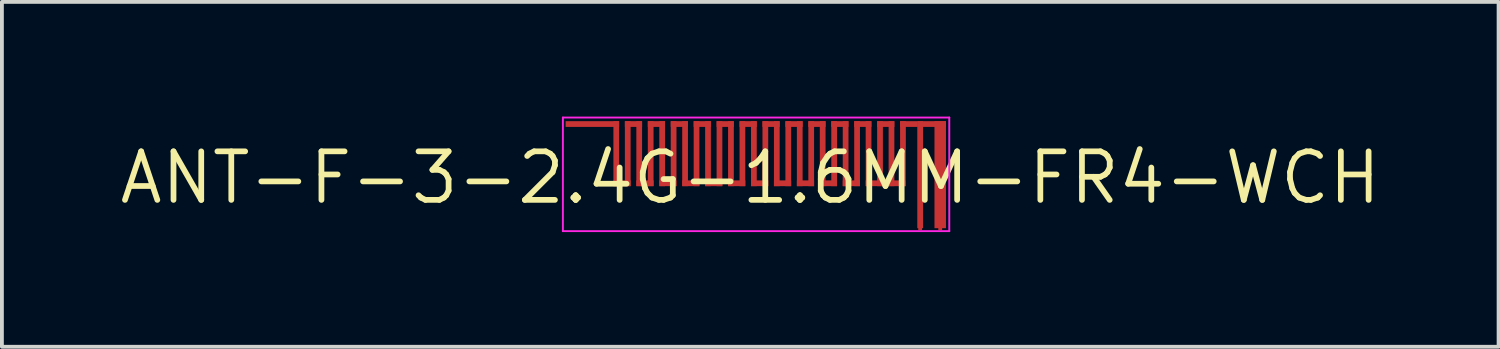
<source format=kicad_pcb>
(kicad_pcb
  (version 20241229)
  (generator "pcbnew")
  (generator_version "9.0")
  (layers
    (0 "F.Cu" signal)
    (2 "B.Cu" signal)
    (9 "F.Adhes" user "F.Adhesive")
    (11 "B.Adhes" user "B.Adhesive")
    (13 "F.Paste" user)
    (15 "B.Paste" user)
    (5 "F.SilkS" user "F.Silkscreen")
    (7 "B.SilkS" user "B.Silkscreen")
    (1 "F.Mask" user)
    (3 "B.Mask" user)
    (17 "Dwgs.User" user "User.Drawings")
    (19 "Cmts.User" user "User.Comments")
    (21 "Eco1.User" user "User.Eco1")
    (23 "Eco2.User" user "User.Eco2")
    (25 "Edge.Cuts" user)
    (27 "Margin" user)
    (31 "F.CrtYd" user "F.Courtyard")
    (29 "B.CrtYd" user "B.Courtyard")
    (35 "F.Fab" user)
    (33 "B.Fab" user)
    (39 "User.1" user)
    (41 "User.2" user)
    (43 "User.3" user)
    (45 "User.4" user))
  (footprint "ANT-F-3-2.4G-1.6MM-FR4-WCH"
    (layer "F.Cu")
    (at 16.578 1.6)
    (property "Reference" "ANT-F-3-2.4G-1.6MM-FR4-WCH" (at 0 0 0) (layer "F.SilkS") (effects (font (size 1.27 1.27) (thickness 0.15))))
    (attr exclude_from_pos_files exclude_from_bom)
    (fp_poly (pts (xy -3.43 -1.33) (xy -4.83 -1.33) (xy -4.83 -1.48) (xy -3.43 -1.48)) (stroke (width 0) (type solid)) (fill yes) (layer "F.Cu"))
    (fp_poly (pts (xy -3.43 0.22) (xy -3.58 0.22) (xy -3.58 -1.48) (xy -3.43 -1.48)) (stroke (width 0) (type solid)) (fill yes) (layer "F.Cu"))
    (fp_poly (pts (xy -3.13 0.22) (xy -3.58 0.22) (xy -3.58 0.07) (xy -3.13 0.07)) (stroke (width 0) (type solid)) (fill yes) (layer "F.Cu"))
    (fp_poly (pts (xy -3.13 0.22) (xy -3.28 0.22) (xy -3.28 -1.48) (xy -3.13 -1.48)) (stroke (width 0) (type solid)) (fill yes) (layer "F.Cu"))
    (fp_poly (pts (xy -2.83 -1.33) (xy -3.28 -1.33) (xy -3.28 -1.48) (xy -2.83 -1.48)) (stroke (width 0) (type solid)) (fill yes) (layer "F.Cu"))
    (fp_poly (pts (xy -2.83 0.22) (xy -2.98 0.22) (xy -2.98 -1.48) (xy -2.83 -1.48)) (stroke (width 0) (type solid)) (fill yes) (layer "F.Cu"))
    (fp_poly (pts (xy -2.53 0.22) (xy -2.98 0.22) (xy -2.98 0.07) (xy -2.53 0.07)) (stroke (width 0) (type solid)) (fill yes) (layer "F.Cu"))
    (fp_poly (pts (xy -2.53 0.22) (xy -2.68 0.22) (xy -2.68 -1.48) (xy -2.53 -1.48)) (stroke (width 0) (type solid)) (fill yes) (layer "F.Cu"))
    (fp_poly (pts (xy -2.23 -1.33) (xy -2.68 -1.33) (xy -2.68 -1.48) (xy -2.23 -1.48)) (stroke (width 0) (type solid)) (fill yes) (layer "F.Cu"))
    (fp_poly (pts (xy -2.23 0.22) (xy -2.38 0.22) (xy -2.38 -1.48) (xy -2.23 -1.48)) (stroke (width 0) (type solid)) (fill yes) (layer "F.Cu"))
    (fp_poly (pts (xy -1.93 0.22) (xy -2.38 0.22) (xy -2.38 0.07) (xy -1.93 0.07)) (stroke (width 0) (type solid)) (fill yes) (layer "F.Cu"))
    (fp_poly (pts (xy -1.93 0.22) (xy -2.08 0.22) (xy -2.08 -1.48) (xy -1.93 -1.48)) (stroke (width 0) (type solid)) (fill yes) (layer "F.Cu"))
    (fp_poly (pts (xy -1.63 -1.33) (xy -2.08 -1.33) (xy -2.08 -1.48) (xy -1.63 -1.48)) (stroke (width 0) (type solid)) (fill yes) (layer "F.Cu"))
    (fp_poly (pts (xy -1.63 0.22) (xy -1.78 0.22) (xy -1.78 -1.48) (xy -1.63 -1.48)) (stroke (width 0) (type solid)) (fill yes) (layer "F.Cu"))
    (fp_poly (pts (xy -1.33 0.22) (xy -1.78 0.22) (xy -1.78 0.07) (xy -1.33 0.07)) (stroke (width 0) (type solid)) (fill yes) (layer "F.Cu"))
    (fp_poly (pts (xy -1.33 0.22) (xy -1.48 0.22) (xy -1.48 -1.48) (xy -1.33 -1.48)) (stroke (width 0) (type solid)) (fill yes) (layer "F.Cu"))
    (fp_poly (pts (xy -1.03 -1.33) (xy -1.48 -1.33) (xy -1.48 -1.48) (xy -1.03 -1.48)) (stroke (width 0) (type solid)) (fill yes) (layer "F.Cu"))
    (fp_poly (pts (xy -1.03 0.22) (xy -1.18 0.22) (xy -1.18 -1.48) (xy -1.03 -1.48)) (stroke (width 0) (type solid)) (fill yes) (layer "F.Cu"))
    (fp_poly (pts (xy -0.73 0.22) (xy -1.18 0.22) (xy -1.18 0.07) (xy -0.73 0.07)) (stroke (width 0) (type solid)) (fill yes) (layer "F.Cu"))
    (fp_poly (pts (xy -0.73 0.22) (xy -0.88 0.22) (xy -0.88 -1.48) (xy -0.73 -1.48)) (stroke (width 0) (type solid)) (fill yes) (layer "F.Cu"))
    (fp_poly (pts (xy -0.43 -1.33) (xy -0.88 -1.33) (xy -0.88 -1.48) (xy -0.43 -1.48)) (stroke (width 0) (type solid)) (fill yes) (layer "F.Cu"))
    (fp_poly (pts (xy -0.43 0.22) (xy -0.58 0.22) (xy -0.58 -1.48) (xy -0.43 -1.48)) (stroke (width 0) (type solid)) (fill yes) (layer "F.Cu"))
    (fp_poly (pts (xy -0.13 0.22) (xy -0.58 0.22) (xy -0.58 0.07) (xy -0.13 0.07)) (stroke (width 0) (type solid)) (fill yes) (layer "F.Cu"))
    (fp_poly (pts (xy -0.13 0.22) (xy -0.28 0.22) (xy -0.28 -1.48) (xy -0.13 -1.48)) (stroke (width 0) (type solid)) (fill yes) (layer "F.Cu"))
    (fp_poly (pts (xy 0.17 -1.33) (xy -0.28 -1.33) (xy -0.28 -1.48) (xy 0.17 -1.48)) (stroke (width 0) (type solid)) (fill yes) (layer "F.Cu"))
    (fp_poly (pts (xy 0.17 0.22) (xy 0.02 0.22) (xy 0.02 -1.48) (xy 0.17 -1.48)) (stroke (width 0) (type solid)) (fill yes) (layer "F.Cu"))
    (fp_poly (pts (xy 0.47 0.22) (xy 0.02 0.22) (xy 0.02 0.07) (xy 0.47 0.07)) (stroke (width 0) (type solid)) (fill yes) (layer "F.Cu"))
    (fp_poly (pts (xy 0.47 0.22) (xy 0.32 0.22) (xy 0.32 -1.48) (xy 0.47 -1.48)) (stroke (width 0) (type solid)) (fill yes) (layer "F.Cu"))
    (fp_poly (pts (xy 0.77 -1.33) (xy 0.32 -1.33) (xy 0.32 -1.48) (xy 0.77 -1.48)) (stroke (width 0) (type solid)) (fill yes) (layer "F.Cu"))
    (fp_poly (pts (xy 0.77 0.22) (xy 0.62 0.22) (xy 0.62 -1.48) (xy 0.77 -1.48)) (stroke (width 0) (type solid)) (fill yes) (layer "F.Cu"))
    (fp_poly (pts (xy 1.07 0.22) (xy 0.62 0.22) (xy 0.62 0.07) (xy 1.07 0.07)) (stroke (width 0) (type solid)) (fill yes) (layer "F.Cu"))
    (fp_poly (pts (xy 1.07 0.22) (xy 0.92 0.22) (xy 0.92 -1.48) (xy 1.07 -1.48)) (stroke (width 0) (type solid)) (fill yes) (layer "F.Cu"))
    (fp_poly (pts (xy 1.37 -1.33) (xy 0.92 -1.33) (xy 0.92 -1.48) (xy 1.37 -1.48)) (stroke (width 0) (type solid)) (fill yes) (layer "F.Cu"))
    (fp_poly (pts (xy 1.37 0.22) (xy 1.22 0.22) (xy 1.22 -1.48) (xy 1.37 -1.48)) (stroke (width 0) (type solid)) (fill yes) (layer "F.Cu"))
    (fp_poly (pts (xy 1.67 0.22) (xy 1.22 0.22) (xy 1.22 0.07) (xy 1.67 0.07)) (stroke (width 0) (type solid)) (fill yes) (layer "F.Cu"))
    (fp_poly (pts (xy 1.67 0.22) (xy 1.52 0.22) (xy 1.52 -1.48) (xy 1.67 -1.48)) (stroke (width 0) (type solid)) (fill yes) (layer "F.Cu"))
    (fp_poly (pts (xy 1.97 -1.33) (xy 1.52 -1.33) (xy 1.52 -1.48) (xy 1.97 -1.48)) (stroke (width 0) (type solid)) (fill yes) (layer "F.Cu"))
    (fp_poly (pts (xy 1.97 0.22) (xy 1.82 0.22) (xy 1.82 -1.48) (xy 1.97 -1.48)) (stroke (width 0) (type solid)) (fill yes) (layer "F.Cu"))
    (fp_poly (pts (xy 2.27 0.22) (xy 1.82 0.22) (xy 1.82 0.07) (xy 2.27 0.07)) (stroke (width 0) (type solid)) (fill yes) (layer "F.Cu"))
    (fp_poly (pts (xy 2.27 0.22) (xy 2.12 0.22) (xy 2.12 -1.48) (xy 2.27 -1.48)) (stroke (width 0) (type solid)) (fill yes) (layer "F.Cu"))
    (fp_poly (pts (xy 2.57 -1.33) (xy 2.12 -1.33) (xy 2.12 -1.48) (xy 2.57 -1.48)) (stroke (width 0) (type solid)) (fill yes) (layer "F.Cu"))
    (fp_poly (pts (xy 2.57 0.22) (xy 2.42 0.22) (xy 2.42 -1.48) (xy 2.57 -1.48)) (stroke (width 0) (type solid)) (fill yes) (layer "F.Cu"))
    (fp_poly (pts (xy 2.87 0.22) (xy 2.42 0.22) (xy 2.42 0.07) (xy 2.87 0.07)) (stroke (width 0) (type solid)) (fill yes) (layer "F.Cu"))
    (fp_poly (pts (xy 2.87 0.22) (xy 2.72 0.22) (xy 2.72 -1.48) (xy 2.87 -1.48)) (stroke (width 0) (type solid)) (fill yes) (layer "F.Cu"))
    (fp_poly (pts (xy 3.17 -1.33) (xy 2.72 -1.33) (xy 2.72 -1.48) (xy 3.17 -1.48)) (stroke (width 0) (type solid)) (fill yes) (layer "F.Cu"))
    (fp_poly (pts (xy 3.17 0.22) (xy 3.02 0.22) (xy 3.02 -1.48) (xy 3.17 -1.48)) (stroke (width 0) (type solid)) (fill yes) (layer "F.Cu"))
    (fp_poly (pts (xy 3.47 0.22) (xy 3.02 0.22) (xy 3.02 0.07) (xy 3.47 0.07)) (stroke (width 0) (type solid)) (fill yes) (layer "F.Cu"))
    (fp_poly (pts (xy 3.47 0.22) (xy 3.32 0.22) (xy 3.32 -1.48) (xy 3.47 -1.48)) (stroke (width 0) (type solid)) (fill yes) (layer "F.Cu"))
    (fp_poly (pts (xy 3.77 -1.33) (xy 3.32 -1.33) (xy 3.32 -1.48) (xy 3.77 -1.48)) (stroke (width 0) (type solid)) (fill yes) (layer "F.Cu"))
    (fp_poly (pts (xy 3.77 0.22) (xy 3.62 0.22) (xy 3.62 -1.48) (xy 3.77 -1.48)) (stroke (width 0) (type solid)) (fill yes) (layer "F.Cu"))
    (fp_poly (pts (xy 4.07 0.22) (xy 3.62 0.22) (xy 3.62 0.07) (xy 4.07 0.07)) (stroke (width 0) (type solid)) (fill yes) (layer "F.Cu"))
    (fp_poly (pts (xy 4.07 0.22) (xy 3.92 0.22) (xy 3.92 -1.48) (xy 4.07 -1.48)) (stroke (width 0) (type solid)) (fill yes) (layer "F.Cu"))
    (fp_poly (pts (xy 4.37 -1.33) (xy 4.37 -1.48) (xy 5.12 -1.48) (xy 5.12 -1.33)) (stroke (width 0) (type solid)) (fill yes) (layer "F.Cu"))
    (fp_poly (pts (xy 4.37 -1.33) (xy 3.92 -1.33) (xy 3.92 -1.48) (xy 4.37 -1.48)) (stroke (width 0) (type solid)) (fill yes) (layer "F.Cu"))
    (fp_poly (pts (xy 4.52 1.32) (xy 4.37 1.32) (xy 4.37 -1.48) (xy 4.52 -1.48)) (stroke (width 0) (type solid)) (fill yes) (layer "F.Cu"))
    (fp_poly (pts (xy 5.12 1.32) (xy 4.82 1.32) (xy 4.82 -1.48) (xy 5.12 -1.48)) (stroke (width 0) (type solid)) (fill yes) (layer "F.Cu"))
    (fp_poly (pts (xy -3.43 -1.33) (xy -4.83 -1.33) (xy -4.83 -1.48) (xy -3.43 -1.48)) (stroke (width 0) (type solid)) (fill yes) (layer "F.Mask"))
    (fp_poly (pts (xy -3.43 0.22) (xy -3.58 0.22) (xy -3.58 -1.48) (xy -3.43 -1.48)) (stroke (width 0) (type solid)) (fill yes) (layer "F.Mask"))
    (fp_poly (pts (xy -3.13 0.22) (xy -3.58 0.22) (xy -3.58 0.07) (xy -3.13 0.07)) (stroke (width 0) (type solid)) (fill yes) (layer "F.Mask"))
    (fp_poly (pts (xy -3.13 0.22) (xy -3.28 0.22) (xy -3.28 -1.48) (xy -3.13 -1.48)) (stroke (width 0) (type solid)) (fill yes) (layer "F.Mask"))
    (fp_poly (pts (xy -2.83 -1.33) (xy -3.28 -1.33) (xy -3.28 -1.48) (xy -2.83 -1.48)) (stroke (width 0) (type solid)) (fill yes) (layer "F.Mask"))
    (fp_poly (pts (xy -2.83 0.22) (xy -2.98 0.22) (xy -2.98 -1.48) (xy -2.83 -1.48)) (stroke (width 0) (type solid)) (fill yes) (layer "F.Mask"))
    (fp_poly (pts (xy -2.53 0.22) (xy -2.98 0.22) (xy -2.98 0.07) (xy -2.53 0.07)) (stroke (width 0) (type solid)) (fill yes) (layer "F.Mask"))
    (fp_poly (pts (xy -2.53 0.22) (xy -2.68 0.22) (xy -2.68 -1.48) (xy -2.53 -1.48)) (stroke (width 0) (type solid)) (fill yes) (layer "F.Mask"))
    (fp_poly (pts (xy -2.23 -1.33) (xy -2.68 -1.33) (xy -2.68 -1.48) (xy -2.23 -1.48)) (stroke (width 0) (type solid)) (fill yes) (layer "F.Mask"))
    (fp_poly (pts (xy -2.23 0.22) (xy -2.38 0.22) (xy -2.38 -1.48) (xy -2.23 -1.48)) (stroke (width 0) (type solid)) (fill yes) (layer "F.Mask"))
    (fp_poly (pts (xy -1.93 0.22) (xy -2.38 0.22) (xy -2.38 0.07) (xy -1.93 0.07)) (stroke (width 0) (type solid)) (fill yes) (layer "F.Mask"))
    (fp_poly (pts (xy -1.93 0.22) (xy -2.08 0.22) (xy -2.08 -1.48) (xy -1.93 -1.48)) (stroke (width 0) (type solid)) (fill yes) (layer "F.Mask"))
    (fp_poly (pts (xy -1.63 -1.33) (xy -2.08 -1.33) (xy -2.08 -1.48) (xy -1.63 -1.48)) (stroke (width 0) (type solid)) (fill yes) (layer "F.Mask"))
    (fp_poly (pts (xy -1.63 0.22) (xy -1.78 0.22) (xy -1.78 -1.48) (xy -1.63 -1.48)) (stroke (width 0) (type solid)) (fill yes) (layer "F.Mask"))
    (fp_poly (pts (xy -1.33 0.22) (xy -1.78 0.22) (xy -1.78 0.07) (xy -1.33 0.07)) (stroke (width 0) (type solid)) (fill yes) (layer "F.Mask"))
    (fp_poly (pts (xy -1.33 0.22) (xy -1.48 0.22) (xy -1.48 -1.48) (xy -1.33 -1.48)) (stroke (width 0) (type solid)) (fill yes) (layer "F.Mask"))
    (fp_poly (pts (xy -1.03 -1.33) (xy -1.48 -1.33) (xy -1.48 -1.48) (xy -1.03 -1.48)) (stroke (width 0) (type solid)) (fill yes) (layer "F.Mask"))
    (fp_poly (pts (xy -1.03 0.22) (xy -1.18 0.22) (xy -1.18 -1.48) (xy -1.03 -1.48)) (stroke (width 0) (type solid)) (fill yes) (layer "F.Mask"))
    (fp_poly (pts (xy -0.73 0.22) (xy -1.18 0.22) (xy -1.18 0.07) (xy -0.73 0.07)) (stroke (width 0) (type solid)) (fill yes) (layer "F.Mask"))
    (fp_poly (pts (xy -0.73 0.22) (xy -0.88 0.22) (xy -0.88 -1.48) (xy -0.73 -1.48)) (stroke (width 0) (type solid)) (fill yes) (layer "F.Mask"))
    (fp_poly (pts (xy -0.43 -1.33) (xy -0.88 -1.33) (xy -0.88 -1.48) (xy -0.43 -1.48)) (stroke (width 0) (type solid)) (fill yes) (layer "F.Mask"))
    (fp_poly (pts (xy -0.43 0.22) (xy -0.58 0.22) (xy -0.58 -1.48) (xy -0.43 -1.48)) (stroke (width 0) (type solid)) (fill yes) (layer "F.Mask"))
    (fp_poly (pts (xy -0.13 0.22) (xy -0.58 0.22) (xy -0.58 0.07) (xy -0.13 0.07)) (stroke (width 0) (type solid)) (fill yes) (layer "F.Mask"))
    (fp_poly (pts (xy -0.13 0.22) (xy -0.28 0.22) (xy -0.28 -1.48) (xy -0.13 -1.48)) (stroke (width 0) (type solid)) (fill yes) (layer "F.Mask"))
    (fp_poly (pts (xy 0.17 -1.33) (xy -0.28 -1.33) (xy -0.28 -1.48) (xy 0.17 -1.48)) (stroke (width 0) (type solid)) (fill yes) (layer "F.Mask"))
    (fp_poly (pts (xy 0.17 0.22) (xy 0.02 0.22) (xy 0.02 -1.48) (xy 0.17 -1.48)) (stroke (width 0) (type solid)) (fill yes) (layer "F.Mask"))
    (fp_poly (pts (xy 0.47 0.22) (xy 0.02 0.22) (xy 0.02 0.07) (xy 0.47 0.07)) (stroke (width 0) (type solid)) (fill yes) (layer "F.Mask"))
    (fp_poly (pts (xy 0.47 0.22) (xy 0.32 0.22) (xy 0.32 -1.48) (xy 0.47 -1.48)) (stroke (width 0) (type solid)) (fill yes) (layer "F.Mask"))
    (fp_poly (pts (xy 0.77 -1.33) (xy 0.32 -1.33) (xy 0.32 -1.48) (xy 0.77 -1.48)) (stroke (width 0) (type solid)) (fill yes) (layer "F.Mask"))
    (fp_poly (pts (xy 0.77 0.22) (xy 0.62 0.22) (xy 0.62 -1.48) (xy 0.77 -1.48)) (stroke (width 0) (type solid)) (fill yes) (layer "F.Mask"))
    (fp_poly (pts (xy 1.07 0.22) (xy 0.62 0.22) (xy 0.62 0.07) (xy 1.07 0.07)) (stroke (width 0) (type solid)) (fill yes) (layer "F.Mask"))
    (fp_poly (pts (xy 1.07 0.22) (xy 0.92 0.22) (xy 0.92 -1.48) (xy 1.07 -1.48)) (stroke (width 0) (type solid)) (fill yes) (layer "F.Mask"))
    (fp_poly (pts (xy 1.37 -1.33) (xy 0.92 -1.33) (xy 0.92 -1.48) (xy 1.37 -1.48)) (stroke (width 0) (type solid)) (fill yes) (layer "F.Mask"))
    (fp_poly (pts (xy 1.37 0.22) (xy 1.22 0.22) (xy 1.22 -1.48) (xy 1.37 -1.48)) (stroke (width 0) (type solid)) (fill yes) (layer "F.Mask"))
    (fp_poly (pts (xy 1.67 0.22) (xy 1.22 0.22) (xy 1.22 0.07) (xy 1.67 0.07)) (stroke (width 0) (type solid)) (fill yes) (layer "F.Mask"))
    (fp_poly (pts (xy 1.67 0.22) (xy 1.52 0.22) (xy 1.52 -1.48) (xy 1.67 -1.48)) (stroke (width 0) (type solid)) (fill yes) (layer "F.Mask"))
    (fp_poly (pts (xy 1.97 -1.33) (xy 1.52 -1.33) (xy 1.52 -1.48) (xy 1.97 -1.48)) (stroke (width 0) (type solid)) (fill yes) (layer "F.Mask"))
    (fp_poly (pts (xy 1.97 0.22) (xy 1.82 0.22) (xy 1.82 -1.48) (xy 1.97 -1.48)) (stroke (width 0) (type solid)) (fill yes) (layer "F.Mask"))
    (fp_poly (pts (xy 2.27 0.22) (xy 1.82 0.22) (xy 1.82 0.07) (xy 2.27 0.07)) (stroke (width 0) (type solid)) (fill yes) (layer "F.Mask"))
    (fp_poly (pts (xy 2.27 0.22) (xy 2.12 0.22) (xy 2.12 -1.48) (xy 2.27 -1.48)) (stroke (width 0) (type solid)) (fill yes) (layer "F.Mask"))
    (fp_poly (pts (xy 2.57 -1.33) (xy 2.12 -1.33) (xy 2.12 -1.48) (xy 2.57 -1.48)) (stroke (width 0) (type solid)) (fill yes) (layer "F.Mask"))
    (fp_poly (pts (xy 2.57 0.22) (xy 2.42 0.22) (xy 2.42 -1.48) (xy 2.57 -1.48)) (stroke (width 0) (type solid)) (fill yes) (layer "F.Mask"))
    (fp_poly (pts (xy 2.87 0.22) (xy 2.42 0.22) (xy 2.42 0.07) (xy 2.87 0.07)) (stroke (width 0) (type solid)) (fill yes) (layer "F.Mask"))
    (fp_poly (pts (xy 2.87 0.22) (xy 2.72 0.22) (xy 2.72 -1.48) (xy 2.87 -1.48)) (stroke (width 0) (type solid)) (fill yes) (layer "F.Mask"))
    (fp_poly (pts (xy 3.17 -1.33) (xy 2.72 -1.33) (xy 2.72 -1.48) (xy 3.17 -1.48)) (stroke (width 0) (type solid)) (fill yes) (layer "F.Mask"))
    (fp_poly (pts (xy 3.17 0.22) (xy 3.02 0.22) (xy 3.02 -1.48) (xy 3.17 -1.48)) (stroke (width 0) (type solid)) (fill yes) (layer "F.Mask"))
    (fp_poly (pts (xy 3.47 0.22) (xy 3.02 0.22) (xy 3.02 0.07) (xy 3.47 0.07)) (stroke (width 0) (type solid)) (fill yes) (layer "F.Mask"))
    (fp_poly (pts (xy 3.47 0.22) (xy 3.32 0.22) (xy 3.32 -1.48) (xy 3.47 -1.48)) (stroke (width 0) (type solid)) (fill yes) (layer "F.Mask"))
    (fp_poly (pts (xy 3.77 -1.33) (xy 3.32 -1.33) (xy 3.32 -1.48) (xy 3.77 -1.48)) (stroke (width 0) (type solid)) (fill yes) (layer "F.Mask"))
    (fp_poly (pts (xy 3.77 0.22) (xy 3.62 0.22) (xy 3.62 -1.48) (xy 3.77 -1.48)) (stroke (width 0) (type solid)) (fill yes) (layer "F.Mask"))
    (fp_poly (pts (xy 4.07 0.22) (xy 3.62 0.22) (xy 3.62 0.07) (xy 4.07 0.07)) (stroke (width 0) (type solid)) (fill yes) (layer "F.Mask"))
    (fp_poly (pts (xy 4.07 0.22) (xy 3.92 0.22) (xy 3.92 -1.48) (xy 4.07 -1.48)) (stroke (width 0) (type solid)) (fill yes) (layer "F.Mask"))
    (fp_poly (pts (xy 4.37 -1.33) (xy 4.37 -1.48) (xy 5.12 -1.48) (xy 5.12 -1.33)) (stroke (width 0) (type solid)) (fill yes) (layer "F.Mask"))
    (fp_poly (pts (xy 4.37 -1.33) (xy 3.92 -1.33) (xy 3.92 -1.48) (xy 4.37 -1.48)) (stroke (width 0) (type solid)) (fill yes) (layer "F.Mask"))
    (fp_poly (pts (xy 4.52 1.32) (xy 4.37 1.32) (xy 4.37 -1.48) (xy 4.52 -1.48)) (stroke (width 0) (type solid)) (fill yes) (layer "F.Mask"))
    (fp_poly (pts (xy 5.12 1.32) (xy 4.82 1.32) (xy 4.82 -1.48) (xy 5.12 -1.48)) (stroke (width 0) (type solid)) (fill yes) (layer "F.Mask"))
    (fp_line (start -4.902 -1.575) (end 5.207 -1.575) (stroke (width 0.05) (type solid)) (layer "F.CrtYd"))
    (fp_line (start -4.902 1.397) (end -4.902 -1.575) (stroke (width 0.05) (type solid)) (layer "F.CrtYd"))
    (fp_line (start 5.207 -1.575) (end 5.207 1.397) (stroke (width 0.05) (type solid)) (layer "F.CrtYd"))
    (fp_line (start 5.207 1.397) (end -4.902 1.397) (stroke (width 0.05) (type solid)) (layer "F.CrtYd"))
    (pad "1" smd rect (at 4.445 1.321) (size 0.1 0.1) (layers "F.Cu"))
    (pad "2" smd rect (at 4.97 1.321) (size 0.1 0.1) (layers "F.Cu"))
    (zone (net_name "") (layers "F.Cu" "B.Cu") (name "ANT_KEEPOUT") (hatch edge 0.508) (connect_pads) (min_thickness 0.254) (filled_areas_thickness no) (keepout (tracks not_allowed) (vias not_allowed) (pads not_allowed) (copperpour not_allowed) (footprints not_allowed)) (placement (enabled no)) (fill) (polygon (pts (xy 21.785 2.895) (xy 11.676 2.895) (xy 11.676 0.025) (xy 21.785 0.025)))))
  (gr_rect
    (start -3 -3)
    (end 36.156 6.022)
    (stroke (width 0.1) (type default))
    (fill no)
    (layer "Edge.Cuts")))
</source>
